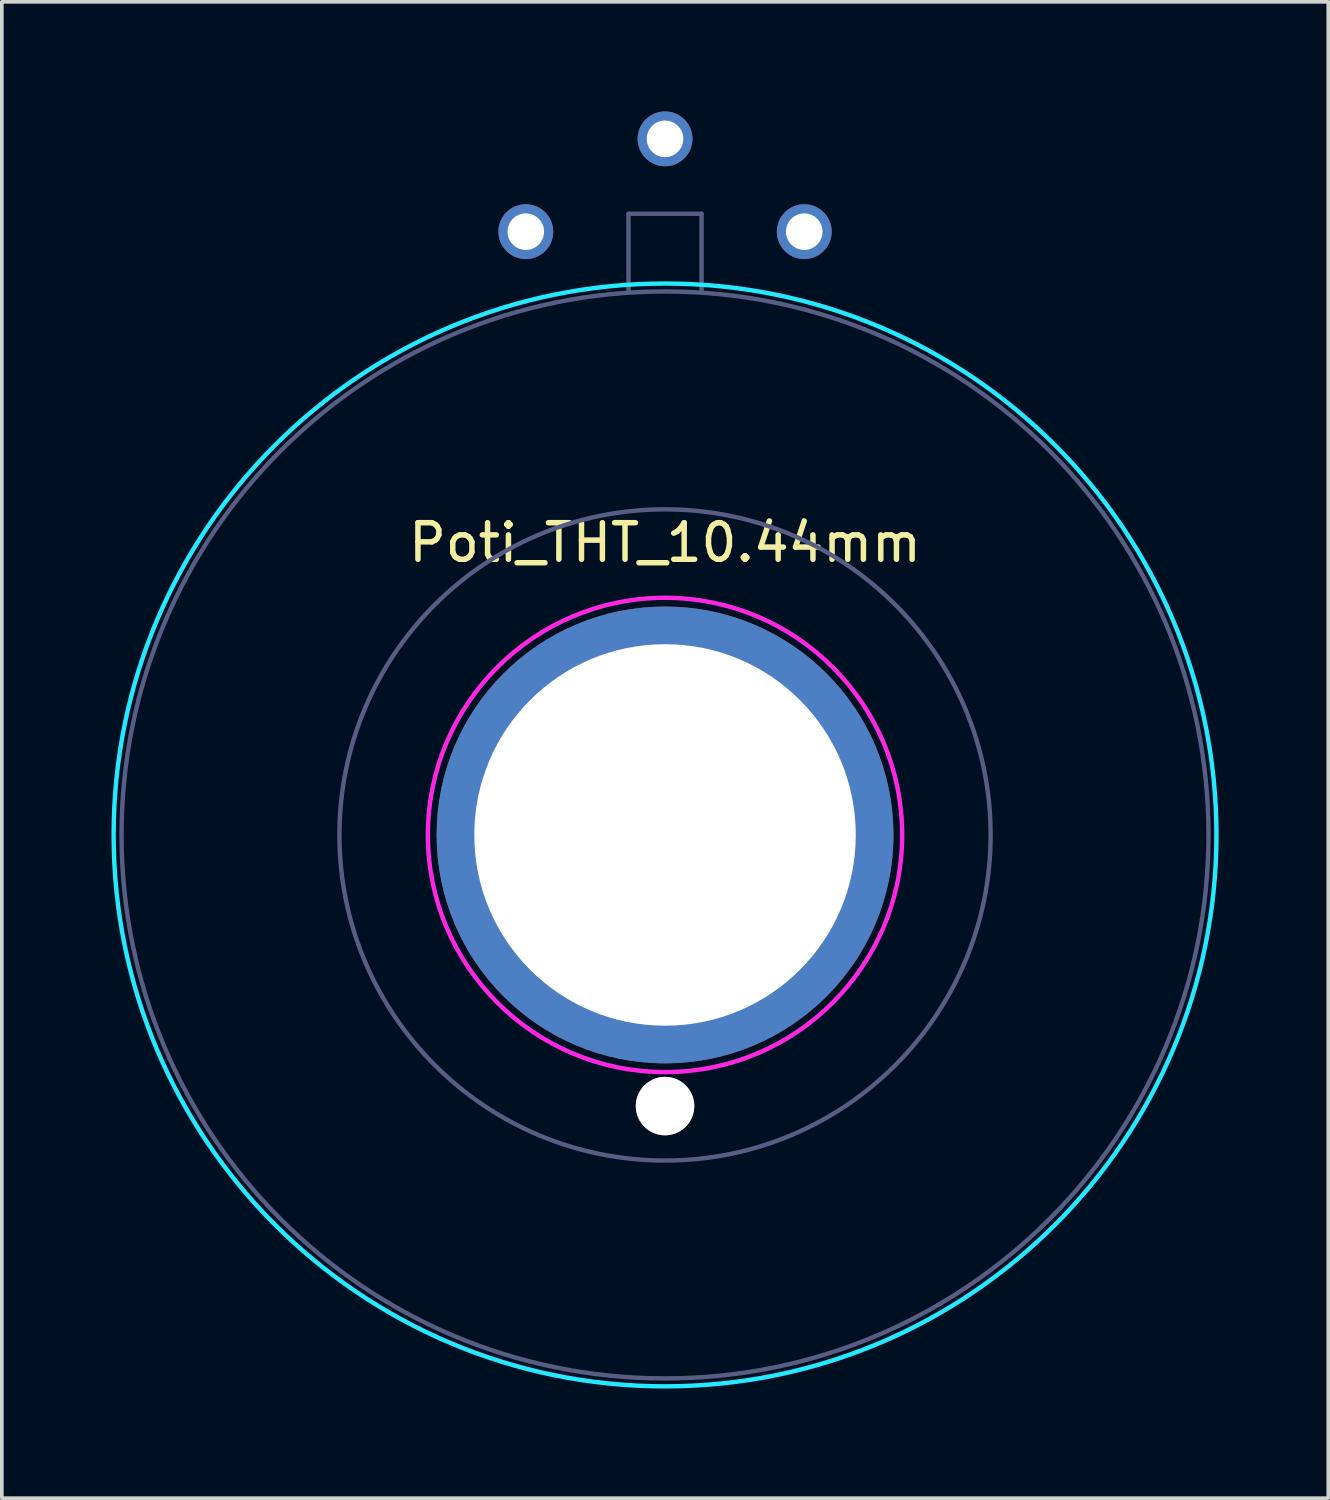
<source format=kicad_pcb>
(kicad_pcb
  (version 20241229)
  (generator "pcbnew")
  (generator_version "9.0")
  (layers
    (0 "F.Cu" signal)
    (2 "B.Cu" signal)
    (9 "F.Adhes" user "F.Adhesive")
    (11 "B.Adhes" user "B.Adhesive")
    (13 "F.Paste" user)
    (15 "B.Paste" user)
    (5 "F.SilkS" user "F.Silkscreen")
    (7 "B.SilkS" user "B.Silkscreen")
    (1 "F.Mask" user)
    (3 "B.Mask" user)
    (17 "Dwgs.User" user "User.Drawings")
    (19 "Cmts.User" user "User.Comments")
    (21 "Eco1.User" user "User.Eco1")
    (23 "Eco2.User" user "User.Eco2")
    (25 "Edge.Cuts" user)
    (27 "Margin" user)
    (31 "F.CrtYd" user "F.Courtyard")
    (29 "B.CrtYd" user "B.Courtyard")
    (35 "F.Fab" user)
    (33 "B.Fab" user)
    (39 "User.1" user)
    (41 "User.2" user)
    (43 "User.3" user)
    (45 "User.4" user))
  (footprint "Poti_THT_10.44mm"
    (layer "F.Cu")
    (at 15.15 19.8)
    (property "Reference" "Poti_THT_10.44mm" (at 0 -8 0) (layer "F.SilkS") (effects (font (size 1 1) (thickness 0.15))))
    (attr through_hole)
    (fp_circle (center 0 0) (end 5.3 4.4) (stroke (width 0.12) (type solid)) (fill no) (layer "B.Paste"))
    (fp_circle (center 0 0) (end 12.4 8.6) (stroke (width 0.12) (type solid)) (fill no) (layer "B.CrtYd"))
    (fp_circle (center 0 0) (end 5.4 3.6) (stroke (width 0.12) (type solid)) (fill no) (layer "F.CrtYd"))
    (fp_line (start -1 -17) (end 1 -17) (stroke (width 0.12) (type solid)) (layer "B.Fab"))
    (fp_line (start -1 -14.9) (end -1 -17) (stroke (width 0.12) (type solid)) (layer "B.Fab"))
    (fp_line (start 1 -17) (end 1 -14.9) (stroke (width 0.12) (type solid)) (layer "B.Fab"))
    (fp_circle (center 0 0) (end 6.4 6.2) (stroke (width 0.12) (type solid)) (fill no) (layer "B.Fab"))
    (fp_circle (center 0 0) (end 11.1 9.9) (stroke (width 0.12) (type solid)) (fill no) (layer "B.Fab"))
    (fp_circle (center 0 0) (end 5.101 0) (stroke (width 0.12) (type solid)) (fill no) (layer "F.Fab"))
    (pad "1" thru_hole circle (at -3.81 -16.51) (size 1.5 1.5) (drill 1) (layers "*.Cu"))
    (pad "2" thru_hole circle (at 0 -19.05) (size 1.5 1.5) (drill 1) (layers "*.Cu"))
    (pad "3" thru_hole circle (at 3.81 -16.51) (size 1.5 1.5) (drill 1) (layers "*.Cu"))
    (pad "M1" thru_hole circle (at 0 0) (size 12.5 12.5) (drill 10.44) (layers "*.Cu"))
    (pad "M2" thru_hole circle (at 0 7.42) (size 1.6 1.6) (drill 1.6) (layers "*.Cu")))
  (gr_rect
    (start -3 -3)
    (end 33.301 37.95)
    (stroke (width 0.1) (type default))
    (fill no)
    (layer "Edge.Cuts")))
</source>
